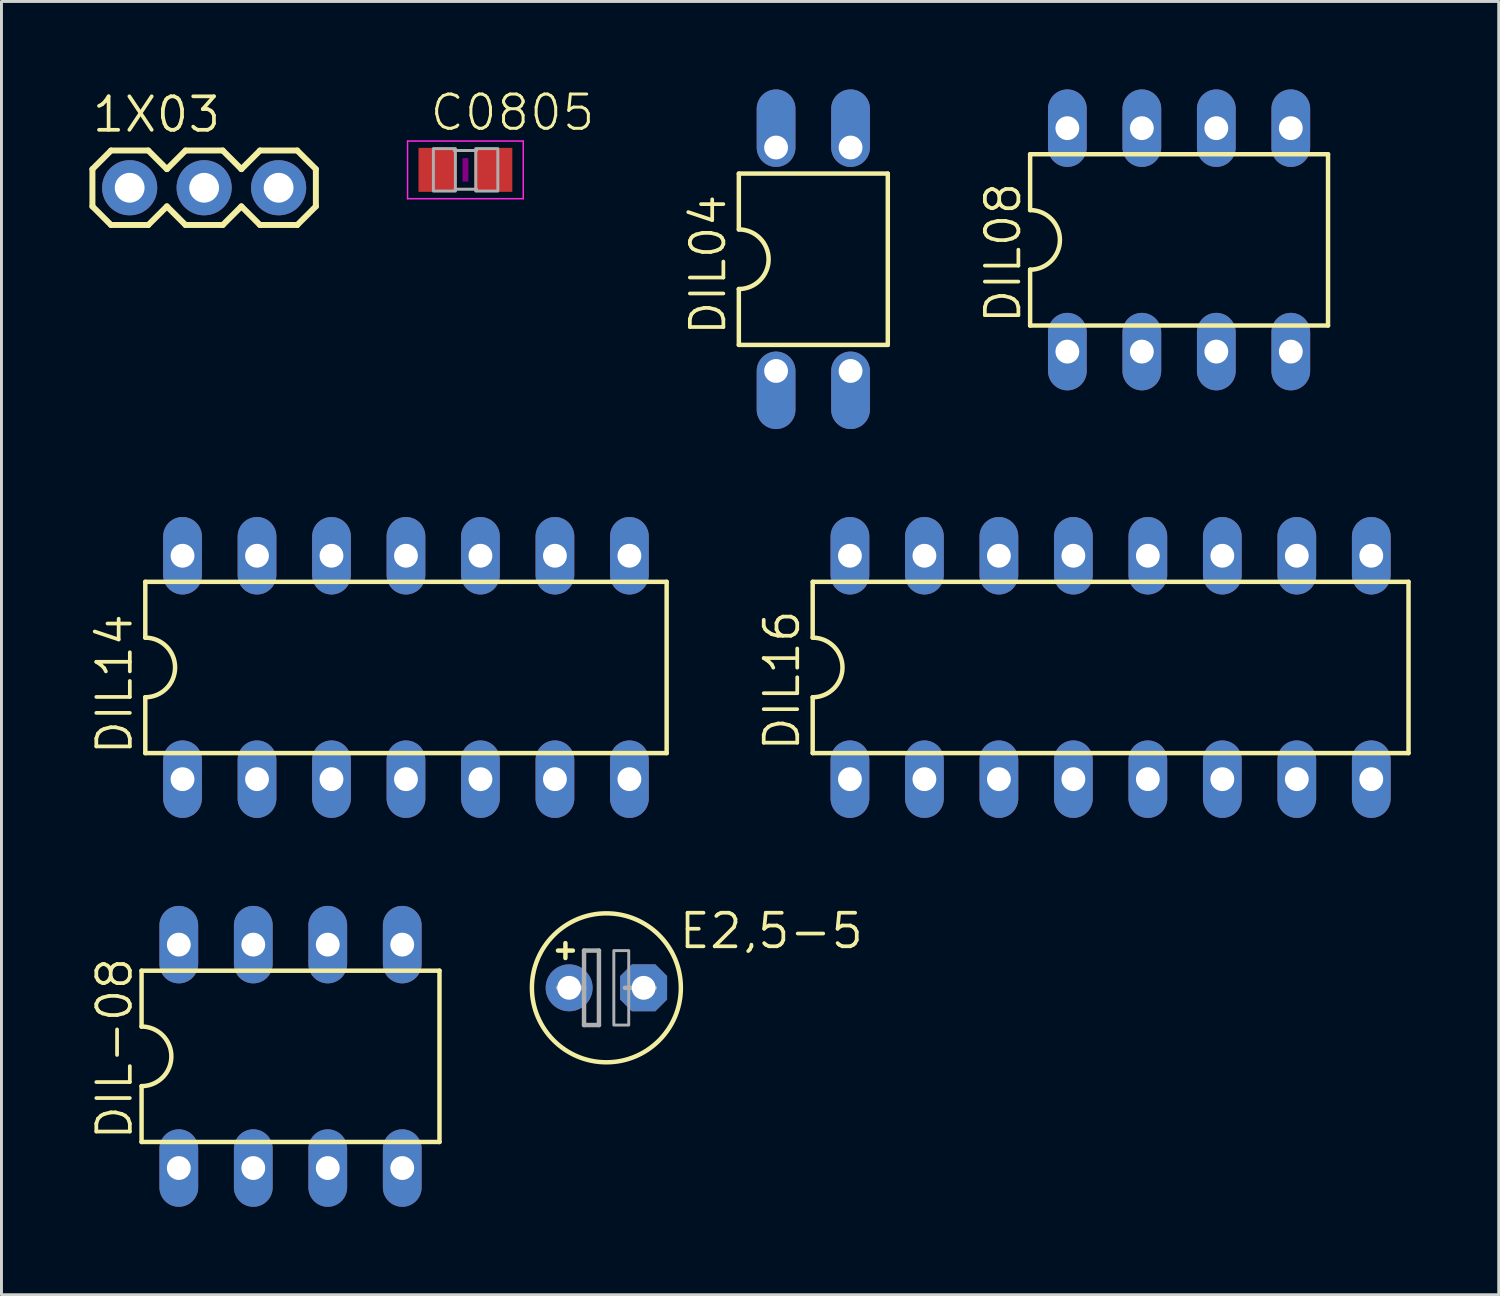
<source format=kicad_pcb>
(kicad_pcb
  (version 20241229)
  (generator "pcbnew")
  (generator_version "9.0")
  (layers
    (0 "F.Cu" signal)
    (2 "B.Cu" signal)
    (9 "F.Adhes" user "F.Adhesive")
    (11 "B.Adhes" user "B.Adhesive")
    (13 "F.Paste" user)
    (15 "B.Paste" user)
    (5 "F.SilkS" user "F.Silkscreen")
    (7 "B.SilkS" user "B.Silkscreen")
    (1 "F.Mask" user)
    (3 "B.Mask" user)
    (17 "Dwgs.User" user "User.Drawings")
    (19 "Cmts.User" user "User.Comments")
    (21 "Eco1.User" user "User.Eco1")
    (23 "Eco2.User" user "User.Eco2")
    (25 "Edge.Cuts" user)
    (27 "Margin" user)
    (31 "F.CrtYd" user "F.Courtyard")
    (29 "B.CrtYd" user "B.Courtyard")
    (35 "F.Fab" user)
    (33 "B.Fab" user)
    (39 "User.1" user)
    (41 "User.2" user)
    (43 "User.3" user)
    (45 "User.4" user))
  (footprint "E2,5-5"
    (layer "F.Cu")
    (at 17.63 30.638)
    (property "Reference" "E2,5-5" (at 2.413 -1.27 0) (layer "F.SilkS") (effects (font (size 1.143 1.143) (thickness 0.127)) (justify left bottom)))
    (fp_line (start -1.651 -1.27) (end -1.397 -1.27) (stroke (width 0.152) (type solid)) (layer "F.SilkS"))
    (fp_line (start -1.397 -1.27) (end -1.397 -1.524) (stroke (width 0.152) (type solid)) (layer "F.SilkS"))
    (fp_line (start -1.397 -1.27) (end -1.143 -1.27) (stroke (width 0.152) (type solid)) (layer "F.SilkS"))
    (fp_line (start -1.397 -1.016) (end -1.397 -1.27) (stroke (width 0.152) (type solid)) (layer "F.SilkS"))
    (fp_circle (center 0 0) (end 2.54 0) (stroke (width 0.152) (type solid)) (fill no) (layer "F.SilkS"))
    (fp_line (start -1.651 0) (end -0.762 0) (stroke (width 0.152) (type solid)) (layer "F.Fab"))
    (fp_line (start -0.762 -1.27) (end -0.762 0) (stroke (width 0.152) (type solid)) (layer "F.Fab"))
    (fp_line (start -0.762 0) (end -0.762 1.27) (stroke (width 0.152) (type solid)) (layer "F.Fab"))
    (fp_line (start -0.762 1.27) (end -0.254 1.27) (stroke (width 0.152) (type solid)) (layer "F.Fab"))
    (fp_line (start -0.254 -1.27) (end -0.762 -1.27) (stroke (width 0.152) (type solid)) (layer "F.Fab"))
    (fp_line (start -0.254 1.27) (end -0.254 -1.27) (stroke (width 0.152) (type solid)) (layer "F.Fab"))
    (fp_line (start 0.635 0) (end 1.651 0) (stroke (width 0.152) (type solid)) (layer "F.Fab"))
    (fp_poly (pts (xy 0.254 1.27) (xy 0.762 1.27) (xy 0.762 -1.27) (xy 0.254 -1.27)) (stroke (width 0.1) (type solid)) (fill no) (layer "F.Fab"))
    (pad "+" thru_hole circle (at -1.27 0) (size 1.6 1.6) (drill 0.813) (layers "*.Cu" "*.Mask"))
    (pad "-" thru_hole roundrect (at 1.27 0) (size 1.6 1.6) (drill 0.813) (layers "*.Cu" "*.Mask") (roundrect_rratio 0.25) (chamfer_ratio 0.25) (chamfer top_left top_right bottom_left bottom_right)))
  (footprint "DIL14"
    (layer "F.Cu")
    (at 10.795 19.713)
    (property "Reference" "DIL14" (at -9.271 3.048 90) (layer "F.SilkS") (effects (font (size 1.143 1.143) (thickness 0.127)) (justify left bottom)))
    (fp_line (start -8.89 -2.921) (end -8.89 -1.016) (stroke (width 0.152) (type solid)) (layer "F.SilkS"))
    (fp_line (start -8.89 2.921) (end -8.89 1.016) (stroke (width 0.152) (type solid)) (layer "F.SilkS"))
    (fp_line (start -8.89 2.921) (end 8.89 2.921) (stroke (width 0.152) (type solid)) (layer "F.SilkS"))
    (fp_line (start 8.89 -2.921) (end -8.89 -2.921) (stroke (width 0.152) (type solid)) (layer "F.SilkS"))
    (fp_line (start 8.89 -2.921) (end 8.89 2.921) (stroke (width 0.152) (type solid)) (layer "F.SilkS"))
    (fp_arc (start -8.89 -1.016) (mid -7.874 0) (end -8.89 1.016) (stroke (width 0.1524) (type solid)) (layer "F.SilkS"))
    (pad "1" thru_hole oval (at -7.62 3.81 90) (size 2.642 1.321) (drill 0.813) (layers "*.Cu" "*.Mask"))
    (pad "2" thru_hole oval (at -5.08 3.81 90) (size 2.642 1.321) (drill 0.813) (layers "*.Cu" "*.Mask"))
    (pad "3" thru_hole oval (at -2.54 3.81 90) (size 2.642 1.321) (drill 0.813) (layers "*.Cu" "*.Mask"))
    (pad "4" thru_hole oval (at 0 3.81 90) (size 2.642 1.321) (drill 0.813) (layers "*.Cu" "*.Mask"))
    (pad "5" thru_hole oval (at 2.54 3.81 90) (size 2.642 1.321) (drill 0.813) (layers "*.Cu" "*.Mask"))
    (pad "6" thru_hole oval (at 5.08 3.81 90) (size 2.642 1.321) (drill 0.813) (layers "*.Cu" "*.Mask"))
    (pad "7" thru_hole oval (at 7.62 3.81 90) (size 2.642 1.321) (drill 0.813) (layers "*.Cu" "*.Mask"))
    (pad "8" thru_hole oval (at 7.62 -3.81 90) (size 2.642 1.321) (drill 0.813) (layers "*.Cu" "*.Mask"))
    (pad "9" thru_hole oval (at 5.08 -3.81 90) (size 2.642 1.321) (drill 0.813) (layers "*.Cu" "*.Mask"))
    (pad "10" thru_hole oval (at 2.54 -3.81 90) (size 2.642 1.321) (drill 0.813) (layers "*.Cu" "*.Mask"))
    (pad "11" thru_hole oval (at 0 -3.81 90) (size 2.642 1.321) (drill 0.813) (layers "*.Cu" "*.Mask"))
    (pad "12" thru_hole oval (at -2.54 -3.81 90) (size 2.642 1.321) (drill 0.813) (layers "*.Cu" "*.Mask"))
    (pad "13" thru_hole oval (at -5.08 -3.81 90) (size 2.642 1.321) (drill 0.813) (layers "*.Cu" "*.Mask"))
    (pad "14" thru_hole oval (at -7.62 -3.81 90) (size 2.642 1.321) (drill 0.813) (layers "*.Cu" "*.Mask")))
  (footprint "DIL16"
    (layer "F.Cu")
    (at 34.826 19.713)
    (property "Reference" "DIL16" (at -10.541 2.921 90) (layer "F.SilkS") (effects (font (size 1.143 1.143) (thickness 0.127)) (justify left bottom)))
    (fp_line (start -10.16 -2.921) (end -10.16 -1.016) (stroke (width 0.152) (type solid)) (layer "F.SilkS"))
    (fp_line (start -10.16 2.921) (end -10.16 1.016) (stroke (width 0.152) (type solid)) (layer "F.SilkS"))
    (fp_line (start -10.16 2.921) (end 10.16 2.921) (stroke (width 0.152) (type solid)) (layer "F.SilkS"))
    (fp_line (start 10.16 -2.921) (end -10.16 -2.921) (stroke (width 0.152) (type solid)) (layer "F.SilkS"))
    (fp_line (start 10.16 -2.921) (end 10.16 2.921) (stroke (width 0.152) (type solid)) (layer "F.SilkS"))
    (fp_arc (start -10.16 -1.016) (mid -9.144 0) (end -10.16 1.016) (stroke (width 0.1524) (type solid)) (layer "F.SilkS"))
    (pad "1" thru_hole oval (at -8.89 3.81 90) (size 2.642 1.321) (drill 0.813) (layers "*.Cu" "*.Mask"))
    (pad "2" thru_hole oval (at -6.35 3.81 90) (size 2.642 1.321) (drill 0.813) (layers "*.Cu" "*.Mask"))
    (pad "3" thru_hole oval (at -3.81 3.81 90) (size 2.642 1.321) (drill 0.813) (layers "*.Cu" "*.Mask"))
    (pad "4" thru_hole oval (at -1.27 3.81 90) (size 2.642 1.321) (drill 0.813) (layers "*.Cu" "*.Mask"))
    (pad "5" thru_hole oval (at 1.27 3.81 90) (size 2.642 1.321) (drill 0.813) (layers "*.Cu" "*.Mask"))
    (pad "6" thru_hole oval (at 3.81 3.81 90) (size 2.642 1.321) (drill 0.813) (layers "*.Cu" "*.Mask"))
    (pad "7" thru_hole oval (at 6.35 3.81 90) (size 2.642 1.321) (drill 0.813) (layers "*.Cu" "*.Mask"))
    (pad "8" thru_hole oval (at 8.89 3.81 90) (size 2.642 1.321) (drill 0.813) (layers "*.Cu" "*.Mask"))
    (pad "9" thru_hole oval (at 8.89 -3.81 90) (size 2.642 1.321) (drill 0.813) (layers "*.Cu" "*.Mask"))
    (pad "10" thru_hole oval (at 6.35 -3.81 90) (size 2.642 1.321) (drill 0.813) (layers "*.Cu" "*.Mask"))
    (pad "11" thru_hole oval (at 3.81 -3.81 90) (size 2.642 1.321) (drill 0.813) (layers "*.Cu" "*.Mask"))
    (pad "12" thru_hole oval (at 1.27 -3.81 90) (size 2.642 1.321) (drill 0.813) (layers "*.Cu" "*.Mask"))
    (pad "13" thru_hole oval (at -1.27 -3.81 90) (size 2.642 1.321) (drill 0.813) (layers "*.Cu" "*.Mask"))
    (pad "14" thru_hole oval (at -3.81 -3.81 90) (size 2.642 1.321) (drill 0.813) (layers "*.Cu" "*.Mask"))
    (pad "15" thru_hole oval (at -6.35 -3.81 90) (size 2.642 1.321) (drill 0.813) (layers "*.Cu" "*.Mask"))
    (pad "16" thru_hole oval (at -8.89 -3.81 90) (size 2.642 1.321) (drill 0.813) (layers "*.Cu" "*.Mask")))
  (footprint "DIL-08"
    (layer "F.Cu")
    (at 6.858 32.975)
    (property "Reference" "DIL-08" (at -5.334 2.921 90) (layer "F.SilkS") (effects (font (size 1.143 1.143) (thickness 0.127)) (justify left bottom)))
    (fp_line (start -5.08 -2.921) (end -5.08 -1.016) (stroke (width 0.152) (type solid)) (layer "F.SilkS"))
    (fp_line (start -5.08 2.921) (end -5.08 1.016) (stroke (width 0.152) (type solid)) (layer "F.SilkS"))
    (fp_line (start -5.08 2.921) (end 5.08 2.921) (stroke (width 0.152) (type solid)) (layer "F.SilkS"))
    (fp_line (start 5.08 -2.921) (end -5.08 -2.921) (stroke (width 0.152) (type solid)) (layer "F.SilkS"))
    (fp_line (start 5.08 -2.921) (end 5.08 2.921) (stroke (width 0.152) (type solid)) (layer "F.SilkS"))
    (fp_arc (start -5.08 -1.016) (mid -4.064 0) (end -5.08 1.016) (stroke (width 0.1524) (type solid)) (layer "F.SilkS"))
    (pad "1" thru_hole oval (at -3.81 3.81 90) (size 2.642 1.321) (drill 0.813) (layers "*.Cu" "*.Mask"))
    (pad "2" thru_hole oval (at -1.27 3.81 90) (size 2.642 1.321) (drill 0.813) (layers "*.Cu" "*.Mask"))
    (pad "3" thru_hole oval (at 1.27 3.81 90) (size 2.642 1.321) (drill 0.813) (layers "*.Cu" "*.Mask"))
    (pad "4" thru_hole oval (at 3.81 3.81 90) (size 2.642 1.321) (drill 0.813) (layers "*.Cu" "*.Mask"))
    (pad "5" thru_hole oval (at 3.81 -3.81 90) (size 2.642 1.321) (drill 0.813) (layers "*.Cu" "*.Mask"))
    (pad "6" thru_hole oval (at 1.27 -3.81 90) (size 2.642 1.321) (drill 0.813) (layers "*.Cu" "*.Mask"))
    (pad "7" thru_hole oval (at -1.27 -3.81 90) (size 2.642 1.321) (drill 0.813) (layers "*.Cu" "*.Mask"))
    (pad "8" thru_hole oval (at -3.81 -3.81 90) (size 2.642 1.321) (drill 0.813) (layers "*.Cu" "*.Mask")))
  (footprint "1X03"
    (layer "F.Cu")
    (at 1.372 3.353)
    (property "Reference" "1X03" (at -1.346 -1.829 0) (layer "F.SilkS") (effects (font (size 1.143 1.143) (thickness 0.127)) (justify left bottom)))
    (fp_line (start -1.27 -0.635) (end -1.27 0.635) (stroke (width 0.203) (type solid)) (layer "F.SilkS"))
    (fp_line (start -1.27 0.635) (end -0.635 1.27) (stroke (width 0.203) (type solid)) (layer "F.SilkS"))
    (fp_line (start -0.635 -1.27) (end -1.27 -0.635) (stroke (width 0.203) (type solid)) (layer "F.SilkS"))
    (fp_line (start -0.635 -1.27) (end 0.635 -1.27) (stroke (width 0.203) (type solid)) (layer "F.SilkS"))
    (fp_line (start 0.635 -1.27) (end 1.27 -0.635) (stroke (width 0.203) (type solid)) (layer "F.SilkS"))
    (fp_line (start 0.635 1.27) (end -0.635 1.27) (stroke (width 0.203) (type solid)) (layer "F.SilkS"))
    (fp_line (start 1.27 -0.635) (end 1.905 -1.27) (stroke (width 0.203) (type solid)) (layer "F.SilkS"))
    (fp_line (start 1.27 0.635) (end 0.635 1.27) (stroke (width 0.203) (type solid)) (layer "F.SilkS"))
    (fp_line (start 1.905 -1.27) (end 3.175 -1.27) (stroke (width 0.203) (type solid)) (layer "F.SilkS"))
    (fp_line (start 1.905 1.27) (end 1.27 0.635) (stroke (width 0.203) (type solid)) (layer "F.SilkS"))
    (fp_line (start 3.175 -1.27) (end 3.81 -0.635) (stroke (width 0.203) (type solid)) (layer "F.SilkS"))
    (fp_line (start 3.175 1.27) (end 1.905 1.27) (stroke (width 0.203) (type solid)) (layer "F.SilkS"))
    (fp_line (start 3.81 -0.635) (end 4.445 -1.27) (stroke (width 0.203) (type solid)) (layer "F.SilkS"))
    (fp_line (start 3.81 0.635) (end 3.175 1.27) (stroke (width 0.203) (type solid)) (layer "F.SilkS"))
    (fp_line (start 4.445 -1.27) (end 5.715 -1.27) (stroke (width 0.203) (type solid)) (layer "F.SilkS"))
    (fp_line (start 4.445 1.27) (end 3.81 0.635) (stroke (width 0.203) (type solid)) (layer "F.SilkS"))
    (fp_line (start 5.715 -1.27) (end 6.35 -0.635) (stroke (width 0.203) (type solid)) (layer "F.SilkS"))
    (fp_line (start 5.715 1.27) (end 4.445 1.27) (stroke (width 0.203) (type solid)) (layer "F.SilkS"))
    (fp_line (start 6.35 -0.635) (end 6.35 0.635) (stroke (width 0.203) (type solid)) (layer "F.SilkS"))
    (fp_line (start 6.35 0.635) (end 5.715 1.27) (stroke (width 0.203) (type solid)) (layer "F.SilkS"))
    (fp_poly (pts (xy -0.254 0.254) (xy 0.254 0.254) (xy 0.254 -0.254) (xy -0.254 -0.254)) (stroke (width 0.1) (type solid)) (fill no) (layer "F.Fab"))
    (fp_poly (pts (xy 2.286 0.254) (xy 2.794 0.254) (xy 2.794 -0.254) (xy 2.286 -0.254)) (stroke (width 0.1) (type solid)) (fill no) (layer "F.Fab"))
    (fp_poly (pts (xy 4.826 0.254) (xy 5.334 0.254) (xy 5.334 -0.254) (xy 4.826 -0.254)) (stroke (width 0.1) (type solid)) (fill no) (layer "F.Fab"))
    (pad "1" thru_hole circle (at 0 0 90) (size 1.88 1.88) (drill 1.016) (layers "*.Cu" "*.Mask"))
    (pad "2" thru_hole circle (at 2.54 0 90) (size 1.88 1.88) (drill 1.016) (layers "*.Cu" "*.Mask"))
    (pad "3" thru_hole circle (at 5.08 0 90) (size 1.88 1.88) (drill 1.016) (layers "*.Cu" "*.Mask")))
  (footprint "DIL08"
    (layer "F.Cu")
    (at 37.161 5.131)
    (property "Reference" "DIL08" (at -5.334 2.921 90) (layer "F.SilkS") (effects (font (size 1.143 1.143) (thickness 0.127)) (justify left bottom)))
    (fp_line (start -5.08 -2.921) (end -5.08 -1.016) (stroke (width 0.152) (type solid)) (layer "F.SilkS"))
    (fp_line (start -5.08 2.921) (end -5.08 1.016) (stroke (width 0.152) (type solid)) (layer "F.SilkS"))
    (fp_line (start -5.08 2.921) (end 5.08 2.921) (stroke (width 0.152) (type solid)) (layer "F.SilkS"))
    (fp_line (start 5.08 -2.921) (end -5.08 -2.921) (stroke (width 0.152) (type solid)) (layer "F.SilkS"))
    (fp_line (start 5.08 -2.921) (end 5.08 2.921) (stroke (width 0.152) (type solid)) (layer "F.SilkS"))
    (fp_arc (start -5.08 -1.016) (mid -4.064 0) (end -5.08 1.016) (stroke (width 0.1524) (type solid)) (layer "F.SilkS"))
    (pad "1" thru_hole oval (at -3.81 3.81 90) (size 2.642 1.321) (drill 0.813) (layers "*.Cu" "*.Mask"))
    (pad "2" thru_hole oval (at -1.27 3.81 90) (size 2.642 1.321) (drill 0.813) (layers "*.Cu" "*.Mask"))
    (pad "3" thru_hole oval (at 1.27 3.81 90) (size 2.642 1.321) (drill 0.813) (layers "*.Cu" "*.Mask"))
    (pad "4" thru_hole oval (at 3.81 3.81 90) (size 2.642 1.321) (drill 0.813) (layers "*.Cu" "*.Mask"))
    (pad "5" thru_hole oval (at 3.81 -3.81 90) (size 2.642 1.321) (drill 0.813) (layers "*.Cu" "*.Mask"))
    (pad "6" thru_hole oval (at 1.27 -3.81 90) (size 2.642 1.321) (drill 0.813) (layers "*.Cu" "*.Mask"))
    (pad "7" thru_hole oval (at -1.27 -3.81 90) (size 2.642 1.321) (drill 0.813) (layers "*.Cu" "*.Mask"))
    (pad "8" thru_hole oval (at -3.81 -3.81 90) (size 2.642 1.321) (drill 0.813) (layers "*.Cu" "*.Mask")))
  (footprint "C0805"
    (layer "F.Cu")
    (at 12.822 2.743)
    (property "Reference" "C0805" (at -1.27 -1.27 0) (layer "F.SilkS") (effects (font (size 1.168 1.168) (thickness 0.102)) (justify left bottom)))
    (fp_poly (pts (xy -0.1 0.4) (xy 0.1 0.4) (xy 0.1 -0.4) (xy -0.1 -0.4)) (stroke (width 0) (type solid)) (fill yes) (layer "F.Adhes"))
    (fp_line (start -1.973 -0.983) (end 1.973 -0.983) (stroke (width 0.051) (type solid)) (layer "F.CrtYd"))
    (fp_line (start -1.973 0.983) (end -1.973 -0.983) (stroke (width 0.051) (type solid)) (layer "F.CrtYd"))
    (fp_line (start 1.973 -0.983) (end 1.973 0.983) (stroke (width 0.051) (type solid)) (layer "F.CrtYd"))
    (fp_line (start 1.973 0.983) (end -1.973 0.983) (stroke (width 0.051) (type solid)) (layer "F.CrtYd"))
    (fp_line (start -0.381 -0.66) (end 0.381 -0.66) (stroke (width 0.102) (type solid)) (layer "F.Fab"))
    (fp_line (start -0.356 0.66) (end 0.381 0.66) (stroke (width 0.102) (type solid)) (layer "F.Fab"))
    (fp_poly (pts (xy -1.092 0.724) (xy -0.342 0.724) (xy -0.342 -0.726) (xy -1.092 -0.726)) (stroke (width 0.1) (type solid)) (fill no) (layer "F.Fab"))
    (fp_poly (pts (xy 0.356 0.724) (xy 1.106 0.724) (xy 1.106 -0.726) (xy 0.356 -0.726)) (stroke (width 0.1) (type solid)) (fill no) (layer "F.Fab"))
    (pad "1" smd rect (at -0.95 0) (size 1.3 1.5) (layers "F.Cu" "F.Mask" "F.Paste"))
    (pad "2" smd rect (at 0.95 0) (size 1.3 1.5) (layers "F.Cu" "F.Mask" "F.Paste")))
  (footprint "DIL04"
    (layer "F.Cu")
    (at 24.687 5.791)
    (property "Reference" "DIL04" (at -2.921 2.667 90) (layer "F.SilkS") (effects (font (size 1.143 1.143) (thickness 0.127)) (justify left bottom)))
    (fp_line (start -2.54 -2.921) (end -2.54 -1.016) (stroke (width 0.152) (type solid)) (layer "F.SilkS"))
    (fp_line (start -2.54 2.921) (end -2.54 1.016) (stroke (width 0.152) (type solid)) (layer "F.SilkS"))
    (fp_line (start -2.54 2.921) (end 2.54 2.921) (stroke (width 0.152) (type solid)) (layer "F.SilkS"))
    (fp_line (start 2.54 -2.921) (end -2.54 -2.921) (stroke (width 0.152) (type solid)) (layer "F.SilkS"))
    (fp_line (start 2.54 -2.921) (end 2.54 2.921) (stroke (width 0.152) (type solid)) (layer "F.SilkS"))
    (fp_arc (start -2.54 -1.016) (mid -1.524 0) (end -2.54 1.016) (stroke (width 0.1524) (type solid)) (layer "F.SilkS"))
    (pad "1" thru_hole oval (at -1.27 3.81 270) (size 2.642 1.321) (drill 0.813 (offset 0.66 0)) (layers "*.Cu" "*.Mask"))
    (pad "2" thru_hole oval (at 1.27 3.81 270) (size 2.642 1.321) (drill 0.813 (offset 0.66 0)) (layers "*.Cu" "*.Mask"))
    (pad "3" thru_hole oval (at 1.27 -3.81 90) (size 2.642 1.321) (drill 0.813 (offset 0.66 0)) (layers "*.Cu" "*.Mask"))
    (pad "4" thru_hole oval (at -1.27 -3.81 90) (size 2.642 1.321) (drill 0.813 (offset 0.66 0)) (layers "*.Cu" "*.Mask")))
  (gr_rect
    (start -3 -3)
    (end 48.062 41.106)
    (stroke (width 0.1) (type default))
    (fill no)
    (layer "Edge.Cuts")))
</source>
